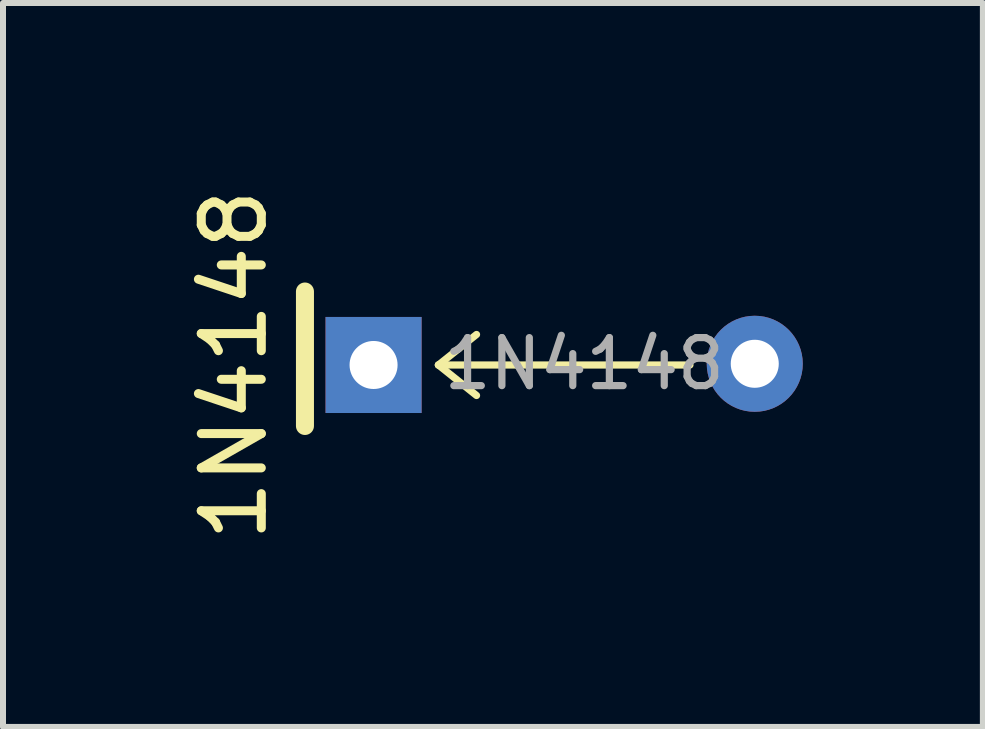
<source format=kicad_pcb>
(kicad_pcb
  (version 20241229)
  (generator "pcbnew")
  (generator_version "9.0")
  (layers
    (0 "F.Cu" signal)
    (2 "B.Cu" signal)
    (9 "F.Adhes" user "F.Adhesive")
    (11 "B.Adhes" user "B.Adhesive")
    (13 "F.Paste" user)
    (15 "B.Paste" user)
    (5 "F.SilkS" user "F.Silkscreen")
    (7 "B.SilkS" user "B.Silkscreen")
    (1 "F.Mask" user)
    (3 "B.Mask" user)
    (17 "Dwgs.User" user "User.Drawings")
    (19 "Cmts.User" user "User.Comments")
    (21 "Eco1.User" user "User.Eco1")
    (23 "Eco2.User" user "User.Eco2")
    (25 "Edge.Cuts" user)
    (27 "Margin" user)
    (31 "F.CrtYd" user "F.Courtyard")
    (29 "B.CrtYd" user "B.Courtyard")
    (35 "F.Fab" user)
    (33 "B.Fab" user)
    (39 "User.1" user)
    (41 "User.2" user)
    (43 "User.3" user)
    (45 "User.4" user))
  (footprint "1N4148"
    (layer "F.Cu")
    (at 6.348 3.03)
    (property "Reference" "1N4148" (at -5.5 0 90) (unlocked yes) (layer "F.SilkS") (effects (font (size 1 1) (thickness 0.15))))
    (attr smd)
    (fp_line (start -4.318 -1.224) (end -4.318 1.016) (stroke (width 0.3) (type solid)) (layer "F.SilkS"))
    (fp_line (start -2.095 0) (end -1.46 -0.508) (stroke (width 0.12) (type solid)) (layer "F.SilkS"))
    (fp_line (start -2.095 0) (end -1.46 0.508) (stroke (width 0.12) (type solid)) (layer "F.SilkS"))
    (fp_line (start 2.095 0) (end -2.095 0) (stroke (width 0.12) (type solid)) (layer "F.SilkS"))
    (fp_text user "${REFERENCE}" (at 0.334 -0.02 0) (layer "F.Fab") (effects (font (size 0.8 0.8) (thickness 0.12))))
    (pad "1" thru_hole rect (at -3.175 0) (size 1.6 1.6) (drill 0.8) (layers "*.Cu" "*.Mask"))
    (pad "2" thru_hole oval (at 3.175 -0.02) (size 1.6 1.6) (drill 0.8) (layers "*.Cu" "*.Mask")))
  (gr_rect
    (start -3 -3)
    (end 13.323 9.06)
    (stroke (width 0.1) (type default))
    (fill no)
    (layer "Edge.Cuts")))
</source>
